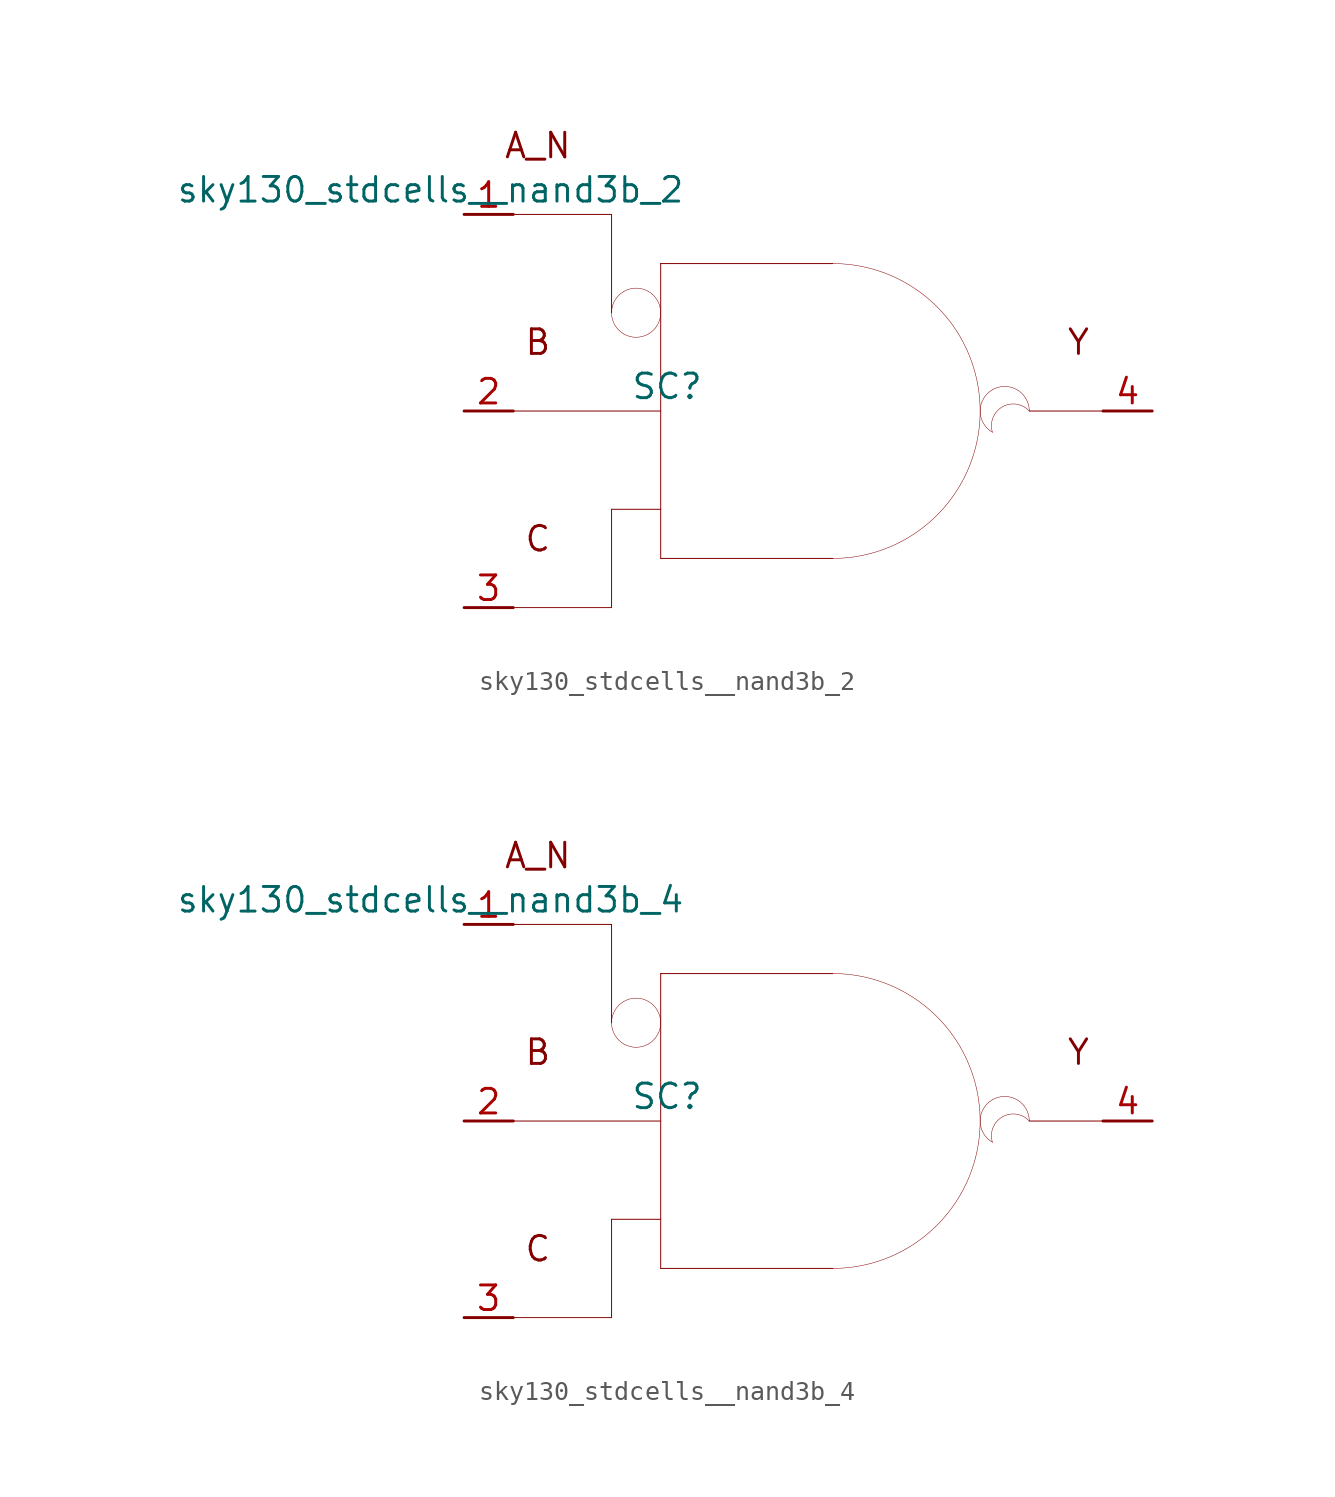
<source format=kicad_sym>
(kicad_symbol_lib
  (version 20211014)
  (generator kicad_symbol_editor)
  (symbol "sky130_stdcells__nand3b_2"
    (pin_names hide)
    (property "Reference" "SC"
      (at -7.29 1.27 0)
      (effects (font (size 1.27 1.27))))
    (property "Value" "sky130_stdcells__nand3b_2"
      (at -6.35 11.43 0)
      (effects (font (size 1.27 1.27)) (justify right)))
    (symbol "sky130_stdcells__nand3b_2_0_0"
      (arc (start -10.16 5.08) (mid -9.9898 4.445) (end -9.525 3.9801) (stroke (width 0.0254) (type default) (color 0 0 0 0)) (fill (type none)))
      (arc (start -9.525 3.9801) (mid -8.89 3.81) (end -8.255 3.9801) (stroke (width 0.0254) (type default) (color 0 0 0 0)) (fill (type none)))
      (arc (start -9.525 6.1799) (mid -9.9899 5.715) (end -10.16 5.08) (stroke (width 0.0254) (type default) (color 0 0 0 0)) (fill (type none)))
      (arc (start -8.255 3.9801) (mid -7.7901 4.445) (end -7.62 5.08) (stroke (width 0.0254) (type default) (color 0 0 0 0)) (fill (type none)))
      (arc (start -8.255 6.1799) (mid -8.89 6.35) (end -9.525 6.1799) (stroke (width 0.0254) (type default) (color 0 0 0 0)) (fill (type none)))
      (arc (start -7.62 5.08) (mid -7.7902 5.715) (end -8.255 6.1799) (stroke (width 0.0254) (type default) (color 0 0 0 0)) (fill (type none)))
      (polyline (pts (xy -15.24 -10.16) (xy -10.16 -10.16)) (stroke (width 0.051) (type default) (color 0 0 0 0)) (fill (type none)))
      (polyline (pts (xy -15.24 0) (xy -7.62 0)) (stroke (width 0.051) (type default) (color 0 0 0 0)) (fill (type none)))
      (polyline (pts (xy -15.24 10.16) (xy -10.16 10.16)) (stroke (width 0.051) (type default) (color 0 0 0 0)) (fill (type none)))
      (polyline (pts (xy -10.16 -5.08) (xy -10.16 -10.16)) (stroke (width 0.051) (type default) (color 0 0 0 0)) (fill (type none)))
      (polyline (pts (xy -10.16 -5.08) (xy -7.62 -5.08)) (stroke (width 0.051) (type default) (color 0 0 0 0)) (fill (type none)))
      (polyline (pts (xy -10.16 10.16) (xy -10.16 5.08)) (stroke (width 0.051) (type default) (color 0 0 0 0)) (fill (type none)))
      (polyline (pts (xy -7.62 -7.62) (xy 1.27 -7.62)) (stroke (width 0.051) (type default) (color 0 0 0 0)) (fill (type none)))
      (polyline (pts (xy -7.62 7.62) (xy -7.62 -7.62)) (stroke (width 0.051) (type default) (color 0 0 0 0)) (fill (type none)))
      (polyline (pts (xy -7.62 7.62) (xy 1.27 7.62)) (stroke (width 0.051) (type default) (color 0 0 0 0)) (fill (type none)))
      (polyline (pts (xy 11.43 0) (xy 15.24 0)) (stroke (width 0.051) (type default) (color 0 0 0 0)) (fill (type none)))
      (arc (start 1.27 -7.62) (mid 3.2422 -7.3604) (end 5.08 -6.5991) (stroke (width 0.0254) (type default) (color 0 0 0 0)) (fill (type none)))
      (arc (start 5.08 -6.5991) (mid 6.6581 -5.3881) (end 7.8691 -3.81) (stroke (width 0.0254) (type default) (color 0 0 0 0)) (fill (type none)))
      (arc (start 5.08 6.5991) (mid 3.2422 7.3603) (end 1.27 7.62) (stroke (width 0.0254) (type default) (color 0 0 0 0)) (fill (type none)))
      (arc (start 7.8691 -3.81) (mid 8.6303 -1.9722) (end 8.89 0) (stroke (width 0.0254) (type default) (color 0 0 0 0)) (fill (type none)))
      (arc (start 7.8691 3.81) (mid 6.6581 5.3881) (end 5.08 6.5991) (stroke (width 0.0254) (type default) (color 0 0 0 0)) (fill (type none)))
      (arc (start 8.89 0) (mid 8.6304 1.9722) (end 7.8691 3.81) (stroke (width 0.0254) (type default) (color 0 0 0 0)) (fill (type none)))
      (arc (start 9.525 1.0999) (mid 8.89 0) (end 9.525 -1.0999) (stroke (width 0.0254) (type default) (color 0 0 0 0)) (fill (type none)))
      (arc (start 11.43 0) (mid 9.5731 0.4743) (end 9.525 -1.0999) (stroke (width 0.0254) (type default) (color 0 0 0 0)) (fill (type none)))
      (arc (start 11.43 0) (mid 10.795 1.0998) (end 9.525 1.0999) (stroke (width 0.0254) (type default) (color 0 0 0 0)) (fill (type none)))
      (text "A_N" (at -13.97 13.716 0) (effects (font (size 1.27 1.27))))
      (text "B" (at -13.97 3.556 0) (effects (font (size 1.27 1.27))))
      (text "C" (at -13.97 -6.604 0) (effects (font (size 1.27 1.27))))
      (text "Y" (at 13.97 3.556 0) (effects (font (size 1.27 1.27)))))
    (symbol "sky130_stdcells__nand3b_2_1_1"
      (pin input line (at -17.78 10.16 0) (length 2.54) (name "A_N" (effects (font (size 1.092 1.092)))) (number "1" (effects (font (size 1.27 1.27)))))
      (pin input line (at -17.78 0 0) (length 2.54) (name "B" (effects (font (size 1.092 1.092)))) (number "2" (effects (font (size 1.27 1.27)))))
      (pin input line (at -17.78 -10.16 0) (length 2.54) (name "C" (effects (font (size 1.092 1.092)))) (number "3" (effects (font (size 1.27 1.27)))))
      (pin output line (at 17.78 0 180) (length 2.54) (name "Y" (effects (font (size 1.092 1.092)))) (number "4" (effects (font (size 1.27 1.27)))))))
  (symbol "sky130_stdcells__nand3b_4"
    (pin_names hide)
    (property "Reference" "SC"
      (at -7.29 1.27 0)
      (effects (font (size 1.27 1.27))))
    (property "Value" "sky130_stdcells__nand3b_4"
      (at -6.35 11.43 0)
      (effects (font (size 1.27 1.27)) (justify right)))
    (symbol "sky130_stdcells__nand3b_4_0_0"
      (arc (start -10.16 5.08) (mid -9.9898 4.445) (end -9.525 3.9801) (stroke (width 0.0254) (type default) (color 0 0 0 0)) (fill (type none)))
      (arc (start -9.525 3.9801) (mid -8.89 3.81) (end -8.255 3.9801) (stroke (width 0.0254) (type default) (color 0 0 0 0)) (fill (type none)))
      (arc (start -9.525 6.1799) (mid -9.9899 5.715) (end -10.16 5.08) (stroke (width 0.0254) (type default) (color 0 0 0 0)) (fill (type none)))
      (arc (start -8.255 3.9801) (mid -7.7901 4.445) (end -7.62 5.08) (stroke (width 0.0254) (type default) (color 0 0 0 0)) (fill (type none)))
      (arc (start -8.255 6.1799) (mid -8.89 6.35) (end -9.525 6.1799) (stroke (width 0.0254) (type default) (color 0 0 0 0)) (fill (type none)))
      (arc (start -7.62 5.08) (mid -7.7902 5.715) (end -8.255 6.1799) (stroke (width 0.0254) (type default) (color 0 0 0 0)) (fill (type none)))
      (polyline (pts (xy -15.24 -10.16) (xy -10.16 -10.16)) (stroke (width 0.051) (type default) (color 0 0 0 0)) (fill (type none)))
      (polyline (pts (xy -15.24 0) (xy -7.62 0)) (stroke (width 0.051) (type default) (color 0 0 0 0)) (fill (type none)))
      (polyline (pts (xy -15.24 10.16) (xy -10.16 10.16)) (stroke (width 0.051) (type default) (color 0 0 0 0)) (fill (type none)))
      (polyline (pts (xy -10.16 -5.08) (xy -10.16 -10.16)) (stroke (width 0.051) (type default) (color 0 0 0 0)) (fill (type none)))
      (polyline (pts (xy -10.16 -5.08) (xy -7.62 -5.08)) (stroke (width 0.051) (type default) (color 0 0 0 0)) (fill (type none)))
      (polyline (pts (xy -10.16 10.16) (xy -10.16 5.08)) (stroke (width 0.051) (type default) (color 0 0 0 0)) (fill (type none)))
      (polyline (pts (xy -7.62 -7.62) (xy 1.27 -7.62)) (stroke (width 0.051) (type default) (color 0 0 0 0)) (fill (type none)))
      (polyline (pts (xy -7.62 7.62) (xy -7.62 -7.62)) (stroke (width 0.051) (type default) (color 0 0 0 0)) (fill (type none)))
      (polyline (pts (xy -7.62 7.62) (xy 1.27 7.62)) (stroke (width 0.051) (type default) (color 0 0 0 0)) (fill (type none)))
      (polyline (pts (xy 11.43 0) (xy 15.24 0)) (stroke (width 0.051) (type default) (color 0 0 0 0)) (fill (type none)))
      (arc (start 1.27 -7.62) (mid 3.2422 -7.3604) (end 5.08 -6.5991) (stroke (width 0.0254) (type default) (color 0 0 0 0)) (fill (type none)))
      (arc (start 5.08 -6.5991) (mid 6.6581 -5.3881) (end 7.8691 -3.81) (stroke (width 0.0254) (type default) (color 0 0 0 0)) (fill (type none)))
      (arc (start 5.08 6.5991) (mid 3.2422 7.3603) (end 1.27 7.62) (stroke (width 0.0254) (type default) (color 0 0 0 0)) (fill (type none)))
      (arc (start 7.8691 -3.81) (mid 8.6303 -1.9722) (end 8.89 0) (stroke (width 0.0254) (type default) (color 0 0 0 0)) (fill (type none)))
      (arc (start 7.8691 3.81) (mid 6.6581 5.3881) (end 5.08 6.5991) (stroke (width 0.0254) (type default) (color 0 0 0 0)) (fill (type none)))
      (arc (start 8.89 0) (mid 8.6304 1.9722) (end 7.8691 3.81) (stroke (width 0.0254) (type default) (color 0 0 0 0)) (fill (type none)))
      (arc (start 9.525 1.0999) (mid 8.89 0) (end 9.525 -1.0999) (stroke (width 0.0254) (type default) (color 0 0 0 0)) (fill (type none)))
      (arc (start 11.43 0) (mid 9.5731 0.4743) (end 9.525 -1.0999) (stroke (width 0.0254) (type default) (color 0 0 0 0)) (fill (type none)))
      (arc (start 11.43 0) (mid 10.795 1.0998) (end 9.525 1.0999) (stroke (width 0.0254) (type default) (color 0 0 0 0)) (fill (type none)))
      (text "A_N" (at -13.97 13.716 0) (effects (font (size 1.27 1.27))))
      (text "B" (at -13.97 3.556 0) (effects (font (size 1.27 1.27))))
      (text "C" (at -13.97 -6.604 0) (effects (font (size 1.27 1.27))))
      (text "Y" (at 13.97 3.556 0) (effects (font (size 1.27 1.27)))))
    (symbol "sky130_stdcells__nand3b_4_1_1"
      (pin input line (at -17.78 10.16 0) (length 2.54) (name "A_N" (effects (font (size 1.092 1.092)))) (number "1" (effects (font (size 1.27 1.27)))))
      (pin input line (at -17.78 0 0) (length 2.54) (name "B" (effects (font (size 1.092 1.092)))) (number "2" (effects (font (size 1.27 1.27)))))
      (pin input line (at -17.78 -10.16 0) (length 2.54) (name "C" (effects (font (size 1.092 1.092)))) (number "3" (effects (font (size 1.27 1.27)))))
      (pin output line (at 17.78 0 180) (length 2.54) (name "Y" (effects (font (size 1.092 1.092)))) (number "4" (effects (font (size 1.27 1.27))))))))
</source>
